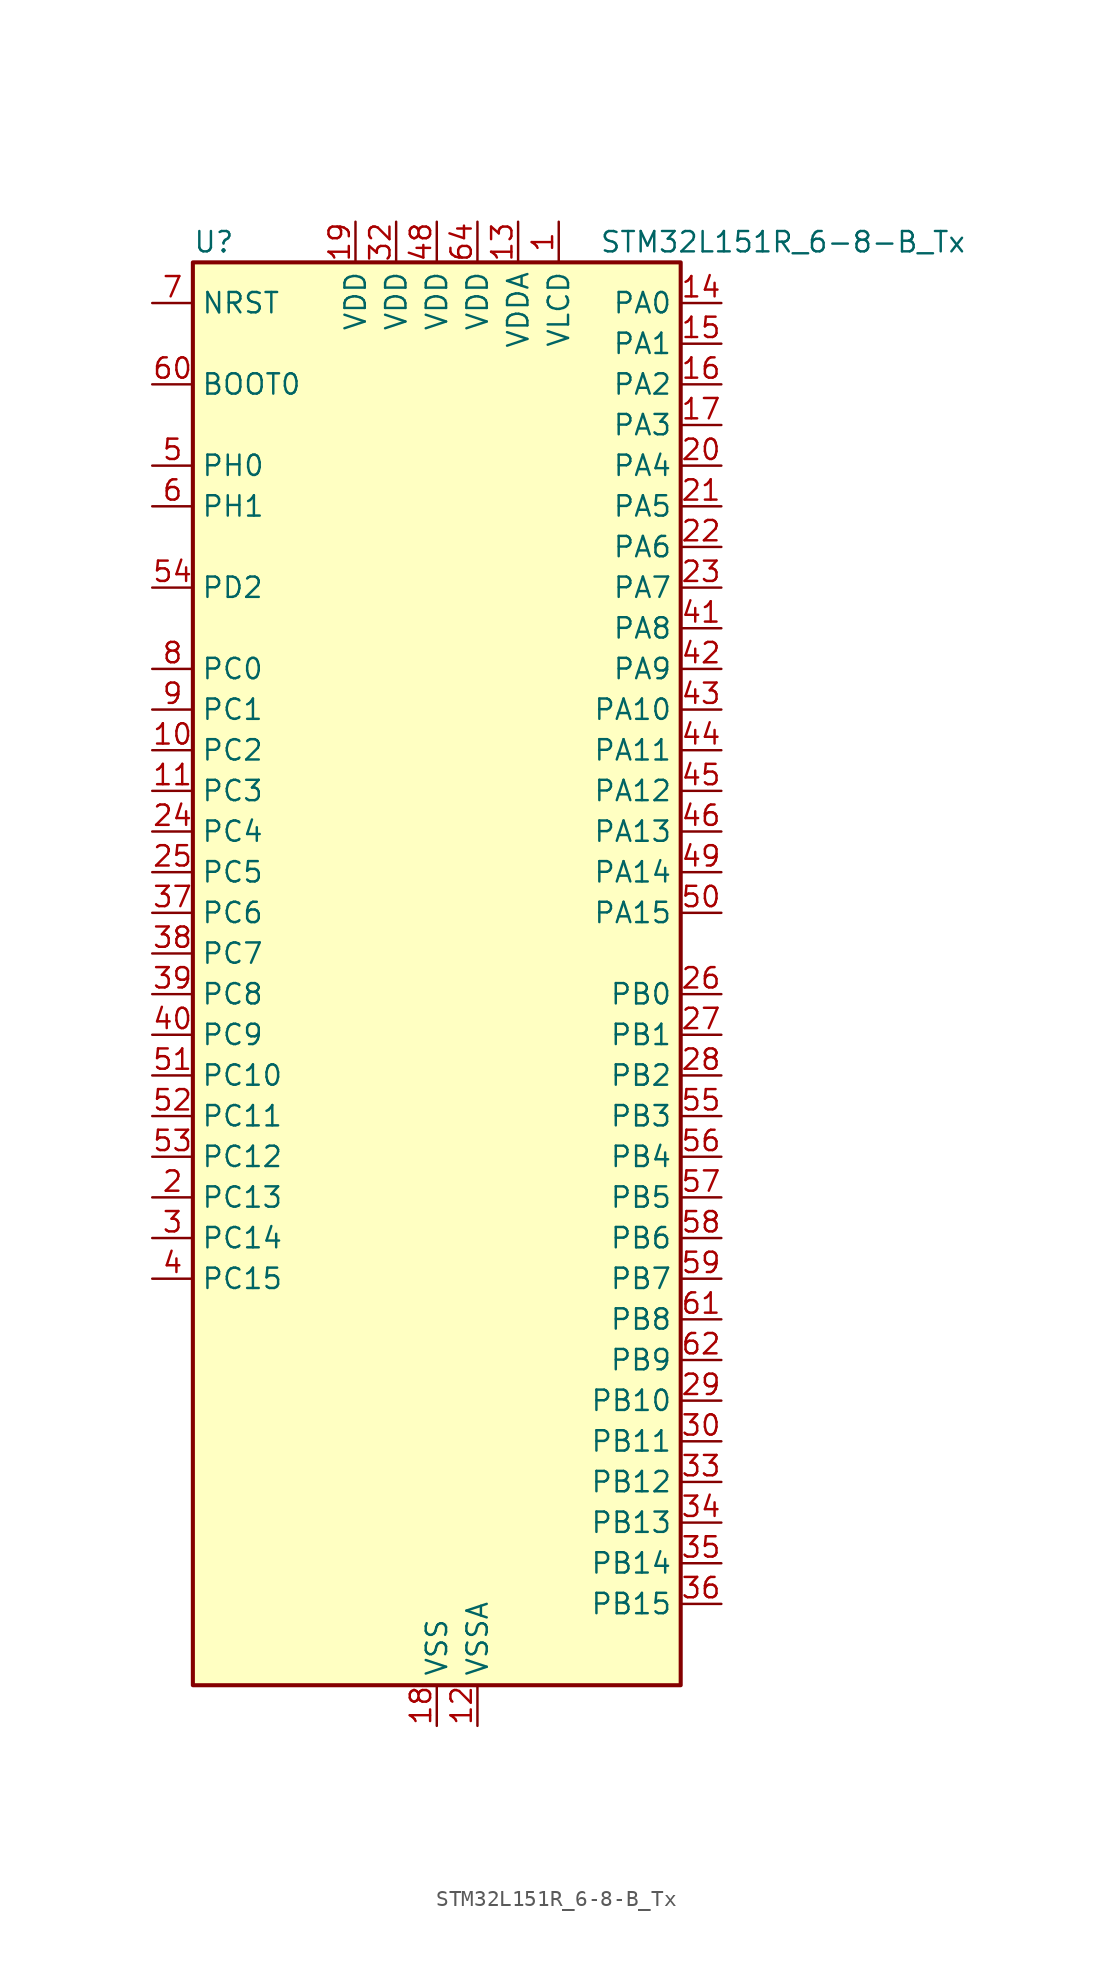
<source format=kicad_sym>
(kicad_symbol_lib
  (version 20220914)
  (generator kicad_symbol_editor)
  (symbol "STM32L151R_6-8-B_Tx"
    (property "Reference" "U"
      (at -15.24 46.99 0)
      (effects (font (size 1.27 1.27)) (justify left)))
    (property "Value" "STM32L151R_6-8-B_Tx"
      (at 10.16 46.99 0)
      (effects (font (size 1.27 1.27)) (justify left)))
    (property "ki_locked" ""
      (at 0 0 0)
      (effects (font (size 1.27 1.27))))
    (symbol "STM32L151R_6-8-B_Tx_0_1"
      (rectangle (start -15.24 -43.18) (end 15.24 45.72) (stroke (width 0.254) (type default)) (fill (type background))))
    (symbol "STM32L151R_6-8-B_Tx_1_1"
      (pin power_in line (at 7.62 48.26 270) (length 2.54) (name "VLCD" (effects (font (size 1.27 1.27)))) (number "1" (effects (font (size 1.27 1.27)))))
      (pin bidirectional line (at -17.78 15.24 0) (length 2.54) (name "PC2" (effects (font (size 1.27 1.27)))) (number "10" (effects (font (size 1.27 1.27)))) (alternate "ADC_IN12" bidirectional line) (alternate "COMP1_INP" bidirectional line) (alternate "TIMX_IC3" bidirectional line) (alternate "TS_G8_IO3" bidirectional line))
      (pin bidirectional line (at -17.78 12.7 0) (length 2.54) (name "PC3" (effects (font (size 1.27 1.27)))) (number "11" (effects (font (size 1.27 1.27)))) (alternate "ADC_IN13" bidirectional line) (alternate "COMP1_INP" bidirectional line) (alternate "TIMX_IC4" bidirectional line) (alternate "TS_G8_IO4" bidirectional line))
      (pin power_in line (at 2.54 -45.72 90) (length 2.54) (name "VSSA" (effects (font (size 1.27 1.27)))) (number "12" (effects (font (size 1.27 1.27)))))
      (pin power_in line (at 5.08 48.26 270) (length 2.54) (name "VDDA" (effects (font (size 1.27 1.27)))) (number "13" (effects (font (size 1.27 1.27)))))
      (pin bidirectional line (at 17.78 43.18 180) (length 2.54) (name "PA0" (effects (font (size 1.27 1.27)))) (number "14" (effects (font (size 1.27 1.27)))) (alternate "ADC_IN0" bidirectional line) (alternate "COMP1_INP" bidirectional line) (alternate "SYS_WKUP1" bidirectional line) (alternate "TIM2_CH1" bidirectional line) (alternate "TIM2_ETR" bidirectional line) (alternate "TIMX_IC1" bidirectional line) (alternate "TS_G1_IO1" bidirectional line) (alternate "USART2_CTS" bidirectional line))
      (pin bidirectional line (at 17.78 40.64 180) (length 2.54) (name "PA1" (effects (font (size 1.27 1.27)))) (number "15" (effects (font (size 1.27 1.27)))) (alternate "ADC_IN1" bidirectional line) (alternate "COMP1_INP" bidirectional line) (alternate "TIM2_CH2" bidirectional line) (alternate "TIMX_IC2" bidirectional line) (alternate "TS_G1_IO2" bidirectional line) (alternate "USART2_RTS" bidirectional line))
      (pin bidirectional line (at 17.78 38.1 180) (length 2.54) (name "PA2" (effects (font (size 1.27 1.27)))) (number "16" (effects (font (size 1.27 1.27)))) (alternate "ADC_IN2" bidirectional line) (alternate "COMP1_INP" bidirectional line) (alternate "TIM2_CH3" bidirectional line) (alternate "TIM9_CH1" bidirectional line) (alternate "TIMX_IC3" bidirectional line) (alternate "TS_G1_IO3" bidirectional line) (alternate "USART2_TX" bidirectional line))
      (pin bidirectional line (at 17.78 35.56 180) (length 2.54) (name "PA3" (effects (font (size 1.27 1.27)))) (number "17" (effects (font (size 1.27 1.27)))) (alternate "ADC_IN3" bidirectional line) (alternate "COMP1_INP" bidirectional line) (alternate "TIM2_CH4" bidirectional line) (alternate "TIM9_CH2" bidirectional line) (alternate "TIMX_IC4" bidirectional line) (alternate "TS_G1_IO4" bidirectional line) (alternate "USART2_RX" bidirectional line))
      (pin power_in line (at 0 -45.72 90) (length 2.54) (name "VSS" (effects (font (size 1.27 1.27)))) (number "18" (effects (font (size 1.27 1.27)))))
      (pin power_in line (at -5.08 48.26 270) (length 2.54) (name "VDD" (effects (font (size 1.27 1.27)))) (number "19" (effects (font (size 1.27 1.27)))))
      (pin bidirectional line (at -17.78 -12.7 0) (length 2.54) (name "PC13" (effects (font (size 1.27 1.27)))) (number "2" (effects (font (size 1.27 1.27)))) (alternate "RTC_OUT_ALARM" bidirectional line) (alternate "RTC_OUT_CALIB" bidirectional line) (alternate "RTC_TAMP1" bidirectional line) (alternate "RTC_TS" bidirectional line) (alternate "SYS_WKUP2" bidirectional line) (alternate "TIMX_IC2" bidirectional line))
      (pin bidirectional line (at 17.78 33.02 180) (length 2.54) (name "PA4" (effects (font (size 1.27 1.27)))) (number "20" (effects (font (size 1.27 1.27)))) (alternate "ADC_IN4" bidirectional line) (alternate "COMP1_INP" bidirectional line) (alternate "DAC_OUT1" bidirectional line) (alternate "SPI1_NSS" bidirectional line) (alternate "TIMX_IC1" bidirectional line) (alternate "USART2_CK" bidirectional line))
      (pin bidirectional line (at 17.78 30.48 180) (length 2.54) (name "PA5" (effects (font (size 1.27 1.27)))) (number "21" (effects (font (size 1.27 1.27)))) (alternate "ADC_IN5" bidirectional line) (alternate "COMP1_INP" bidirectional line) (alternate "DAC_OUT2" bidirectional line) (alternate "SPI1_SCK" bidirectional line) (alternate "TIM2_CH1" bidirectional line) (alternate "TIM2_ETR" bidirectional line) (alternate "TIMX_IC2" bidirectional line))
      (pin bidirectional line (at 17.78 27.94 180) (length 2.54) (name "PA6" (effects (font (size 1.27 1.27)))) (number "22" (effects (font (size 1.27 1.27)))) (alternate "ADC_IN6" bidirectional line) (alternate "COMP1_INP" bidirectional line) (alternate "SPI1_MISO" bidirectional line) (alternate "TIM10_CH1" bidirectional line) (alternate "TIM3_CH1" bidirectional line) (alternate "TIMX_IC3" bidirectional line) (alternate "TS_G2_IO1" bidirectional line))
      (pin bidirectional line (at 17.78 25.4 180) (length 2.54) (name "PA7" (effects (font (size 1.27 1.27)))) (number "23" (effects (font (size 1.27 1.27)))) (alternate "ADC_IN7" bidirectional line) (alternate "COMP1_INP" bidirectional line) (alternate "SPI1_MOSI" bidirectional line) (alternate "TIM11_CH1" bidirectional line) (alternate "TIM3_CH2" bidirectional line) (alternate "TIMX_IC4" bidirectional line) (alternate "TS_G2_IO2" bidirectional line))
      (pin bidirectional line (at -17.78 10.16 0) (length 2.54) (name "PC4" (effects (font (size 1.27 1.27)))) (number "24" (effects (font (size 1.27 1.27)))) (alternate "ADC_IN14" bidirectional line) (alternate "COMP1_INP" bidirectional line) (alternate "TIMX_IC1" bidirectional line) (alternate "TS_G9_IO1" bidirectional line))
      (pin bidirectional line (at -17.78 7.62 0) (length 2.54) (name "PC5" (effects (font (size 1.27 1.27)))) (number "25" (effects (font (size 1.27 1.27)))) (alternate "ADC_IN15" bidirectional line) (alternate "COMP1_INP" bidirectional line) (alternate "TIMX_IC2" bidirectional line) (alternate "TS_G9_IO2" bidirectional line))
      (pin bidirectional line (at 17.78 0 180) (length 2.54) (name "PB0" (effects (font (size 1.27 1.27)))) (number "26" (effects (font (size 1.27 1.27)))) (alternate "ADC_IN8" bidirectional line) (alternate "COMP1_INP" bidirectional line) (alternate "SYS_V_REF_OUT" bidirectional line) (alternate "TIM3_CH3" bidirectional line) (alternate "TS_G3_IO1" bidirectional line))
      (pin bidirectional line (at 17.78 -2.54 180) (length 2.54) (name "PB1" (effects (font (size 1.27 1.27)))) (number "27" (effects (font (size 1.27 1.27)))) (alternate "ADC_IN9" bidirectional line) (alternate "COMP1_INP" bidirectional line) (alternate "SYS_V_REF_OUT" bidirectional line) (alternate "TIM3_CH4" bidirectional line) (alternate "TS_G3_IO2" bidirectional line))
      (pin bidirectional line (at 17.78 -5.08 180) (length 2.54) (name "PB2" (effects (font (size 1.27 1.27)))) (number "28" (effects (font (size 1.27 1.27)))))
      (pin bidirectional line (at 17.78 -25.4 180) (length 2.54) (name "PB10" (effects (font (size 1.27 1.27)))) (number "29" (effects (font (size 1.27 1.27)))) (alternate "I2C2_SCL" bidirectional line) (alternate "TIM2_CH3" bidirectional line) (alternate "USART3_TX" bidirectional line))
      (pin bidirectional line (at -17.78 -15.24 0) (length 2.54) (name "PC14" (effects (font (size 1.27 1.27)))) (number "3" (effects (font (size 1.27 1.27)))) (alternate "RCC_OSC32_IN" bidirectional line) (alternate "TIMX_IC3" bidirectional line))
      (pin bidirectional line (at 17.78 -27.94 180) (length 2.54) (name "PB11" (effects (font (size 1.27 1.27)))) (number "30" (effects (font (size 1.27 1.27)))) (alternate "ADC_EXTI11" bidirectional line) (alternate "I2C2_SDA" bidirectional line) (alternate "TIM2_CH4" bidirectional line) (alternate "USART3_RX" bidirectional line))
      (pin passive line (at 0 -45.72 90) (length 2.54) hide (name "VSS" (effects (font (size 1.27 1.27)))) (number "31" (effects (font (size 1.27 1.27)))))
      (pin power_in line (at -2.54 48.26 270) (length 2.54) (name "VDD" (effects (font (size 1.27 1.27)))) (number "32" (effects (font (size 1.27 1.27)))))
      (pin bidirectional line (at 17.78 -30.48 180) (length 2.54) (name "PB12" (effects (font (size 1.27 1.27)))) (number "33" (effects (font (size 1.27 1.27)))) (alternate "ADC_IN18" bidirectional line) (alternate "COMP1_INP" bidirectional line) (alternate "I2C2_SMBA" bidirectional line) (alternate "SPI2_NSS" bidirectional line) (alternate "TIM10_CH1" bidirectional line) (alternate "TS_G7_IO1" bidirectional line) (alternate "USART3_CK" bidirectional line))
      (pin bidirectional line (at 17.78 -33.02 180) (length 2.54) (name "PB13" (effects (font (size 1.27 1.27)))) (number "34" (effects (font (size 1.27 1.27)))) (alternate "ADC_IN19" bidirectional line) (alternate "COMP1_INP" bidirectional line) (alternate "SPI2_SCK" bidirectional line) (alternate "TIM9_CH1" bidirectional line) (alternate "TS_G7_IO2" bidirectional line) (alternate "USART3_CTS" bidirectional line))
      (pin bidirectional line (at 17.78 -35.56 180) (length 2.54) (name "PB14" (effects (font (size 1.27 1.27)))) (number "35" (effects (font (size 1.27 1.27)))) (alternate "ADC_IN20" bidirectional line) (alternate "COMP1_INP" bidirectional line) (alternate "SPI2_MISO" bidirectional line) (alternate "TIM9_CH2" bidirectional line) (alternate "TS_G7_IO3" bidirectional line) (alternate "USART3_RTS" bidirectional line))
      (pin bidirectional line (at 17.78 -38.1 180) (length 2.54) (name "PB15" (effects (font (size 1.27 1.27)))) (number "36" (effects (font (size 1.27 1.27)))) (alternate "ADC_EXTI15" bidirectional line) (alternate "ADC_IN21" bidirectional line) (alternate "COMP1_INP" bidirectional line) (alternate "RTC_REFIN" bidirectional line) (alternate "SPI2_MOSI" bidirectional line) (alternate "TIM11_CH1" bidirectional line) (alternate "TS_G7_IO4" bidirectional line))
      (pin bidirectional line (at -17.78 5.08 0) (length 2.54) (name "PC6" (effects (font (size 1.27 1.27)))) (number "37" (effects (font (size 1.27 1.27)))) (alternate "TIM3_CH1" bidirectional line) (alternate "TIMX_IC3" bidirectional line) (alternate "TS_G10_IO1" bidirectional line))
      (pin bidirectional line (at -17.78 2.54 0) (length 2.54) (name "PC7" (effects (font (size 1.27 1.27)))) (number "38" (effects (font (size 1.27 1.27)))) (alternate "TIM3_CH2" bidirectional line) (alternate "TIMX_IC4" bidirectional line) (alternate "TS_G10_IO2" bidirectional line))
      (pin bidirectional line (at -17.78 0 0) (length 2.54) (name "PC8" (effects (font (size 1.27 1.27)))) (number "39" (effects (font (size 1.27 1.27)))) (alternate "TIM3_CH3" bidirectional line) (alternate "TIMX_IC1" bidirectional line) (alternate "TS_G10_IO3" bidirectional line))
      (pin bidirectional line (at -17.78 -17.78 0) (length 2.54) (name "PC15" (effects (font (size 1.27 1.27)))) (number "4" (effects (font (size 1.27 1.27)))) (alternate "ADC_EXTI15" bidirectional line) (alternate "RCC_OSC32_OUT" bidirectional line) (alternate "TIMX_IC4" bidirectional line))
      (pin bidirectional line (at -17.78 -2.54 0) (length 2.54) (name "PC9" (effects (font (size 1.27 1.27)))) (number "40" (effects (font (size 1.27 1.27)))) (alternate "DAC_EXTI9" bidirectional line) (alternate "TIM3_CH4" bidirectional line) (alternate "TIMX_IC2" bidirectional line) (alternate "TS_G10_IO4" bidirectional line))
      (pin bidirectional line (at 17.78 22.86 180) (length 2.54) (name "PA8" (effects (font (size 1.27 1.27)))) (number "41" (effects (font (size 1.27 1.27)))) (alternate "RCC_MCO" bidirectional line) (alternate "TIMX_IC1" bidirectional line) (alternate "TS_G4_IO1" bidirectional line) (alternate "USART1_CK" bidirectional line))
      (pin bidirectional line (at 17.78 20.32 180) (length 2.54) (name "PA9" (effects (font (size 1.27 1.27)))) (number "42" (effects (font (size 1.27 1.27)))) (alternate "DAC_EXTI9" bidirectional line) (alternate "TIMX_IC2" bidirectional line) (alternate "TS_G4_IO2" bidirectional line) (alternate "USART1_TX" bidirectional line))
      (pin bidirectional line (at 17.78 17.78 180) (length 2.54) (name "PA10" (effects (font (size 1.27 1.27)))) (number "43" (effects (font (size 1.27 1.27)))) (alternate "TIMX_IC3" bidirectional line) (alternate "TS_G4_IO3" bidirectional line) (alternate "USART1_RX" bidirectional line))
      (pin bidirectional line (at 17.78 15.24 180) (length 2.54) (name "PA11" (effects (font (size 1.27 1.27)))) (number "44" (effects (font (size 1.27 1.27)))) (alternate "ADC_EXTI11" bidirectional line) (alternate "SPI1_MISO" bidirectional line) (alternate "TIMX_IC4" bidirectional line) (alternate "USART1_CTS" bidirectional line) (alternate "USB_DM" bidirectional line))
      (pin bidirectional line (at 17.78 12.7 180) (length 2.54) (name "PA12" (effects (font (size 1.27 1.27)))) (number "45" (effects (font (size 1.27 1.27)))) (alternate "SPI1_MOSI" bidirectional line) (alternate "TIMX_IC1" bidirectional line) (alternate "USART1_RTS" bidirectional line) (alternate "USB_DP" bidirectional line))
      (pin bidirectional line (at 17.78 10.16 180) (length 2.54) (name "PA13" (effects (font (size 1.27 1.27)))) (number "46" (effects (font (size 1.27 1.27)))) (alternate "SYS_JTMS-SWDIO" bidirectional line) (alternate "TIMX_IC2" bidirectional line) (alternate "TS_G5_IO1" bidirectional line))
      (pin passive line (at 0 -45.72 90) (length 2.54) hide (name "VSS" (effects (font (size 1.27 1.27)))) (number "47" (effects (font (size 1.27 1.27)))))
      (pin power_in line (at 0 48.26 270) (length 2.54) (name "VDD" (effects (font (size 1.27 1.27)))) (number "48" (effects (font (size 1.27 1.27)))))
      (pin bidirectional line (at 17.78 7.62 180) (length 2.54) (name "PA14" (effects (font (size 1.27 1.27)))) (number "49" (effects (font (size 1.27 1.27)))) (alternate "SYS_JTCK-SWCLK" bidirectional line) (alternate "TIMX_IC3" bidirectional line) (alternate "TS_G5_IO2" bidirectional line))
      (pin bidirectional line (at -17.78 33.02 0) (length 2.54) (name "PH0" (effects (font (size 1.27 1.27)))) (number "5" (effects (font (size 1.27 1.27)))) (alternate "RCC_OSC_IN" bidirectional line))
      (pin bidirectional line (at 17.78 5.08 180) (length 2.54) (name "PA15" (effects (font (size 1.27 1.27)))) (number "50" (effects (font (size 1.27 1.27)))) (alternate "ADC_EXTI15" bidirectional line) (alternate "SPI1_NSS" bidirectional line) (alternate "SYS_JTDI" bidirectional line) (alternate "TIM2_CH1" bidirectional line) (alternate "TIM2_ETR" bidirectional line) (alternate "TIMX_IC4" bidirectional line) (alternate "TS_G5_IO3" bidirectional line))
      (pin bidirectional line (at -17.78 -5.08 0) (length 2.54) (name "PC10" (effects (font (size 1.27 1.27)))) (number "51" (effects (font (size 1.27 1.27)))) (alternate "TIMX_IC3" bidirectional line) (alternate "USART3_TX" bidirectional line))
      (pin bidirectional line (at -17.78 -7.62 0) (length 2.54) (name "PC11" (effects (font (size 1.27 1.27)))) (number "52" (effects (font (size 1.27 1.27)))) (alternate "ADC_EXTI11" bidirectional line) (alternate "TIMX_IC4" bidirectional line) (alternate "USART3_RX" bidirectional line))
      (pin bidirectional line (at -17.78 -10.16 0) (length 2.54) (name "PC12" (effects (font (size 1.27 1.27)))) (number "53" (effects (font (size 1.27 1.27)))) (alternate "TIMX_IC1" bidirectional line) (alternate "USART3_CK" bidirectional line))
      (pin bidirectional line (at -17.78 25.4 0) (length 2.54) (name "PD2" (effects (font (size 1.27 1.27)))) (number "54" (effects (font (size 1.27 1.27)))) (alternate "TIM3_ETR" bidirectional line) (alternate "TIMX_IC3" bidirectional line))
      (pin bidirectional line (at 17.78 -7.62 180) (length 2.54) (name "PB3" (effects (font (size 1.27 1.27)))) (number "55" (effects (font (size 1.27 1.27)))) (alternate "COMP2_INM" bidirectional line) (alternate "SPI1_SCK" bidirectional line) (alternate "SYS_JTDO-TRACESWO" bidirectional line) (alternate "TIM2_CH2" bidirectional line))
      (pin bidirectional line (at 17.78 -10.16 180) (length 2.54) (name "PB4" (effects (font (size 1.27 1.27)))) (number "56" (effects (font (size 1.27 1.27)))) (alternate "COMP2_INP" bidirectional line) (alternate "SPI1_MISO" bidirectional line) (alternate "SYS_JTRST" bidirectional line) (alternate "TIM3_CH1" bidirectional line) (alternate "TS_G6_IO1" bidirectional line))
      (pin bidirectional line (at 17.78 -12.7 180) (length 2.54) (name "PB5" (effects (font (size 1.27 1.27)))) (number "57" (effects (font (size 1.27 1.27)))) (alternate "COMP2_INP" bidirectional line) (alternate "I2C1_SMBA" bidirectional line) (alternate "SPI1_MOSI" bidirectional line) (alternate "TIM3_CH2" bidirectional line) (alternate "TS_G6_IO2" bidirectional line))
      (pin bidirectional line (at 17.78 -15.24 180) (length 2.54) (name "PB6" (effects (font (size 1.27 1.27)))) (number "58" (effects (font (size 1.27 1.27)))) (alternate "I2C1_SCL" bidirectional line) (alternate "TIM4_CH1" bidirectional line) (alternate "USART1_TX" bidirectional line))
      (pin bidirectional line (at 17.78 -17.78 180) (length 2.54) (name "PB7" (effects (font (size 1.27 1.27)))) (number "59" (effects (font (size 1.27 1.27)))) (alternate "I2C1_SDA" bidirectional line) (alternate "SYS_PVD_IN" bidirectional line) (alternate "TIM4_CH2" bidirectional line) (alternate "USART1_RX" bidirectional line))
      (pin bidirectional line (at -17.78 30.48 0) (length 2.54) (name "PH1" (effects (font (size 1.27 1.27)))) (number "6" (effects (font (size 1.27 1.27)))) (alternate "RCC_OSC_OUT" bidirectional line))
      (pin input line (at -17.78 38.1 0) (length 2.54) (name "BOOT0" (effects (font (size 1.27 1.27)))) (number "60" (effects (font (size 1.27 1.27)))))
      (pin bidirectional line (at 17.78 -20.32 180) (length 2.54) (name "PB8" (effects (font (size 1.27 1.27)))) (number "61" (effects (font (size 1.27 1.27)))) (alternate "I2C1_SCL" bidirectional line) (alternate "TIM10_CH1" bidirectional line) (alternate "TIM4_CH3" bidirectional line))
      (pin bidirectional line (at 17.78 -22.86 180) (length 2.54) (name "PB9" (effects (font (size 1.27 1.27)))) (number "62" (effects (font (size 1.27 1.27)))) (alternate "DAC_EXTI9" bidirectional line) (alternate "I2C1_SDA" bidirectional line) (alternate "TIM11_CH1" bidirectional line) (alternate "TIM4_CH4" bidirectional line))
      (pin passive line (at 0 -45.72 90) (length 2.54) hide (name "VSS" (effects (font (size 1.27 1.27)))) (number "63" (effects (font (size 1.27 1.27)))))
      (pin power_in line (at 2.54 48.26 270) (length 2.54) (name "VDD" (effects (font (size 1.27 1.27)))) (number "64" (effects (font (size 1.27 1.27)))))
      (pin input line (at -17.78 43.18 0) (length 2.54) (name "NRST" (effects (font (size 1.27 1.27)))) (number "7" (effects (font (size 1.27 1.27)))))
      (pin bidirectional line (at -17.78 20.32 0) (length 2.54) (name "PC0" (effects (font (size 1.27 1.27)))) (number "8" (effects (font (size 1.27 1.27)))) (alternate "ADC_IN10" bidirectional line) (alternate "COMP1_INP" bidirectional line) (alternate "TIMX_IC1" bidirectional line) (alternate "TS_G8_IO1" bidirectional line))
      (pin bidirectional line (at -17.78 17.78 0) (length 2.54) (name "PC1" (effects (font (size 1.27 1.27)))) (number "9" (effects (font (size 1.27 1.27)))) (alternate "ADC_IN11" bidirectional line) (alternate "COMP1_INP" bidirectional line) (alternate "TIMX_IC2" bidirectional line) (alternate "TS_G8_IO2" bidirectional line)))))
</source>
